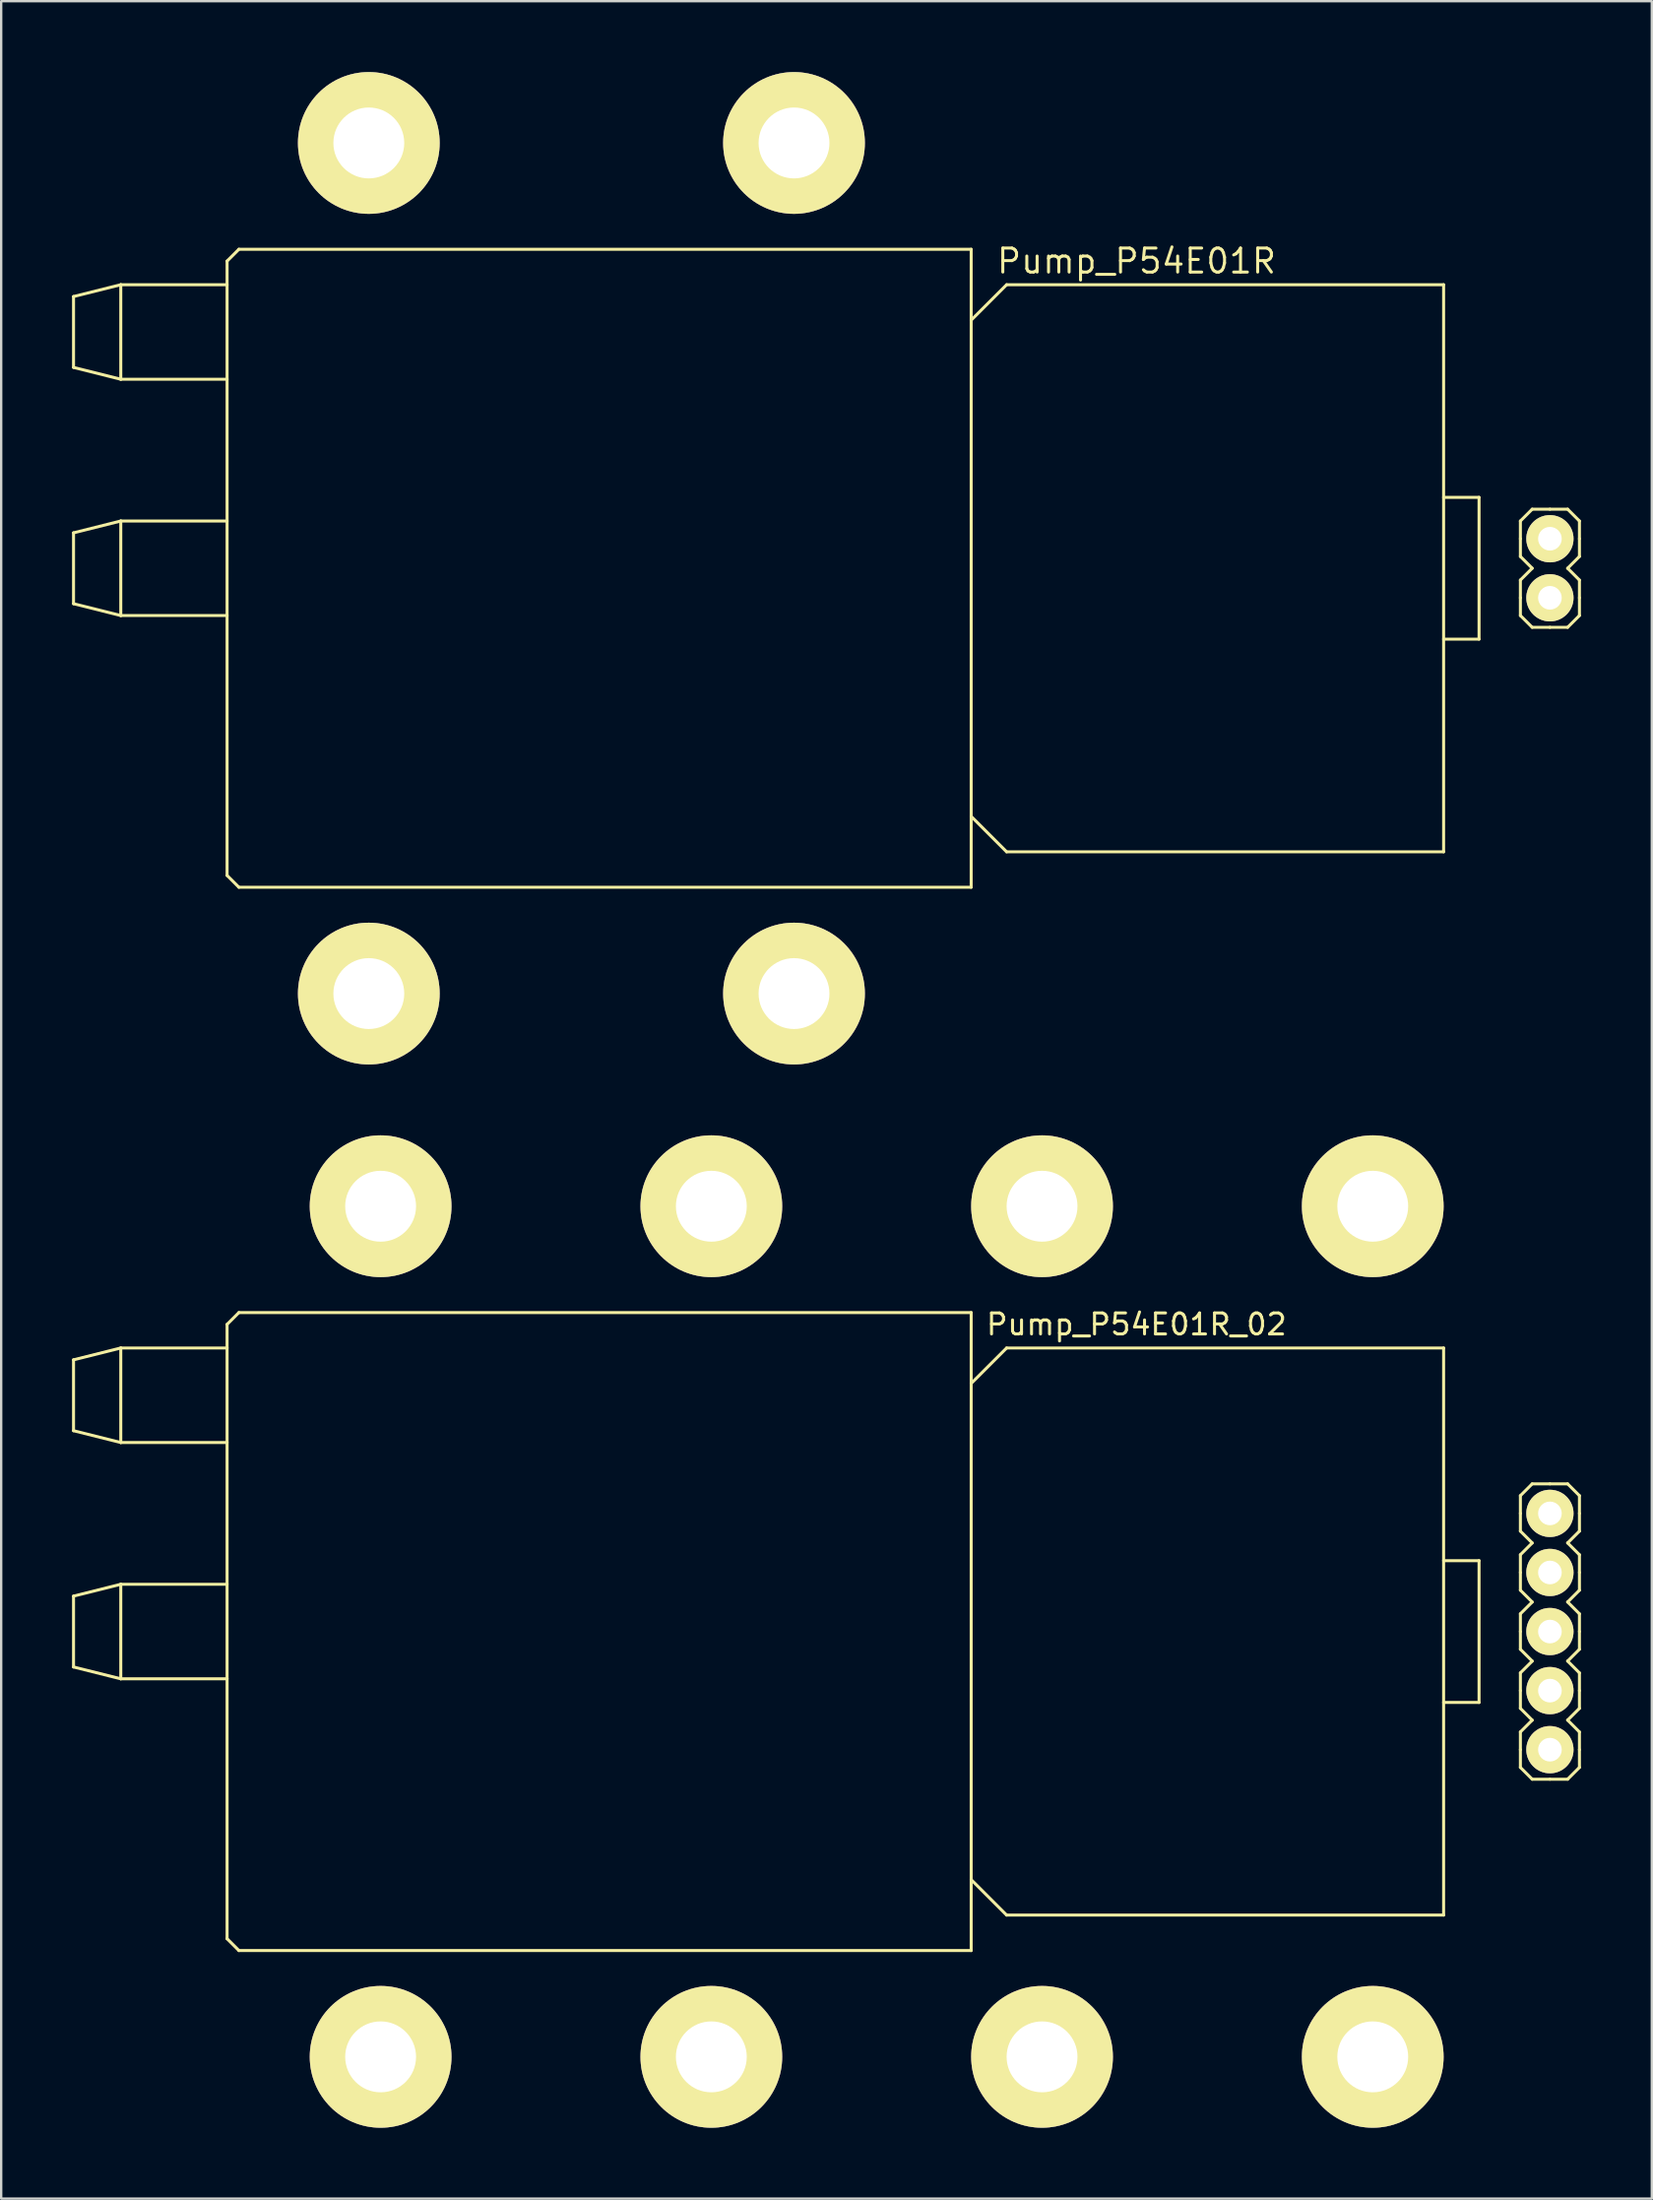
<source format=kicad_pcb>
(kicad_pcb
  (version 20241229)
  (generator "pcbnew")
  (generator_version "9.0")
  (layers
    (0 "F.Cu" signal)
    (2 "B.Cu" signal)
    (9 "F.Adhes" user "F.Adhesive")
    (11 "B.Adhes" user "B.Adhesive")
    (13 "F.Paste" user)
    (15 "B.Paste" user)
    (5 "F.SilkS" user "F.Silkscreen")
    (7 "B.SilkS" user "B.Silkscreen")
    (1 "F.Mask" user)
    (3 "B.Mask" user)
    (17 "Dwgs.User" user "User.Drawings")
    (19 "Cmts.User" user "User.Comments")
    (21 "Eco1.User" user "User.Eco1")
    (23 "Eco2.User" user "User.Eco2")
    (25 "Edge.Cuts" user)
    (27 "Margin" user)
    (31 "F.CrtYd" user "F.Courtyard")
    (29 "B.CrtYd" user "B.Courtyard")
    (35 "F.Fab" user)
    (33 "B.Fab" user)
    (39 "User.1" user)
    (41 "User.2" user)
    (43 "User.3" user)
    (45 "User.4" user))
  (footprint "Pump_P54E01R"
    (layer "F.Cu")
    (at 38.063 21)
    (property "Reference" "Pump_P54E01R" (at 7 -13 0) (layer "F.SilkS") (effects (font (size 1.016 1.016) (thickness 0.127))))
    (attr through_hole)
    (fp_line (start -38 -11.5) (end -38 -8.5) (stroke (width 0.127) (type solid)) (layer "F.SilkS"))
    (fp_line (start -38 -8.5) (end -36 -8) (stroke (width 0.127) (type solid)) (layer "F.SilkS"))
    (fp_line (start -38 -1.5) (end -38 1.5) (stroke (width 0.127) (type solid)) (layer "F.SilkS"))
    (fp_line (start -38 1.5) (end -36 2) (stroke (width 0.127) (type solid)) (layer "F.SilkS"))
    (fp_line (start -36 -12) (end -38 -11.5) (stroke (width 0.127) (type solid)) (layer "F.SilkS"))
    (fp_line (start -36 -12) (end -36 -8) (stroke (width 0.127) (type solid)) (layer "F.SilkS"))
    (fp_line (start -36 -8) (end -31.5 -8) (stroke (width 0.127) (type solid)) (layer "F.SilkS"))
    (fp_line (start -36 -2) (end -38 -1.5) (stroke (width 0.127) (type solid)) (layer "F.SilkS"))
    (fp_line (start -36 -2) (end -36 2) (stroke (width 0.127) (type solid)) (layer "F.SilkS"))
    (fp_line (start -36 2) (end -31.5 2) (stroke (width 0.127) (type solid)) (layer "F.SilkS"))
    (fp_line (start -31.5 -12) (end -36 -12) (stroke (width 0.127) (type solid)) (layer "F.SilkS"))
    (fp_line (start -31.5 -2) (end -36 -2) (stroke (width 0.127) (type solid)) (layer "F.SilkS"))
    (fp_line (start -31.5 13) (end -31.5 -13) (stroke (width 0.127) (type solid)) (layer "F.SilkS"))
    (fp_line (start -31 -13.5) (end -31.5 -13) (stroke (width 0.127) (type solid)) (layer "F.SilkS"))
    (fp_line (start -31 -13.5) (end 0 -13.5) (stroke (width 0.127) (type solid)) (layer "F.SilkS"))
    (fp_line (start -31 13.5) (end -31.5 13) (stroke (width 0.127) (type solid)) (layer "F.SilkS"))
    (fp_line (start -31 13.5) (end 0 13.5) (stroke (width 0.127) (type solid)) (layer "F.SilkS"))
    (fp_line (start 0 -13.5) (end 0 13.5) (stroke (width 0.127) (type solid)) (layer "F.SilkS"))
    (fp_line (start 1.5 -12) (end 0 -10.5) (stroke (width 0.127) (type solid)) (layer "F.SilkS"))
    (fp_line (start 1.5 12) (end 0 10.5) (stroke (width 0.127) (type solid)) (layer "F.SilkS"))
    (fp_line (start 20 -12) (end 1.5 -12) (stroke (width 0.127) (type solid)) (layer "F.SilkS"))
    (fp_line (start 20 -12) (end 20 12) (stroke (width 0.127) (type solid)) (layer "F.SilkS"))
    (fp_line (start 20 -3) (end 21.5 -3) (stroke (width 0.127) (type solid)) (layer "F.SilkS"))
    (fp_line (start 20 12) (end 1.5 12) (stroke (width 0.127) (type solid)) (layer "F.SilkS"))
    (fp_line (start 21.5 -3) (end 21.5 3) (stroke (width 0.127) (type solid)) (layer "F.SilkS"))
    (fp_line (start 21.5 3) (end 20 3) (stroke (width 0.127) (type solid)) (layer "F.SilkS"))
    (fp_line (start 23.25 -2) (end 23.25 -1.25) (stroke (width 0.127) (type solid)) (layer "F.SilkS"))
    (fp_line (start 23.25 -1.25) (end 23.25 -0.5) (stroke (width 0.127) (type solid)) (layer "F.SilkS"))
    (fp_line (start 23.25 -0.5) (end 23.75 0) (stroke (width 0.127) (type solid)) (layer "F.SilkS"))
    (fp_line (start 23.25 0.5) (end 23.25 1.25) (stroke (width 0.127) (type solid)) (layer "F.SilkS"))
    (fp_line (start 23.25 1.25) (end 23.25 2) (stroke (width 0.127) (type solid)) (layer "F.SilkS"))
    (fp_line (start 23.25 2) (end 23.75 2.5) (stroke (width 0.127) (type solid)) (layer "F.SilkS"))
    (fp_line (start 23.75 -2.5) (end 23.25 -2) (stroke (width 0.127) (type solid)) (layer "F.SilkS"))
    (fp_line (start 23.75 0) (end 23.25 0.5) (stroke (width 0.127) (type solid)) (layer "F.SilkS"))
    (fp_line (start 23.75 2.5) (end 24.5 2.5) (stroke (width 0.127) (type solid)) (layer "F.SilkS"))
    (fp_line (start 24.5 -2.5) (end 23.75 -2.5) (stroke (width 0.127) (type solid)) (layer "F.SilkS"))
    (fp_line (start 24.5 2.5) (end 25.25 2.5) (stroke (width 0.127) (type solid)) (layer "F.SilkS"))
    (fp_line (start 25.25 -2.5) (end 24.5 -2.5) (stroke (width 0.127) (type solid)) (layer "F.SilkS"))
    (fp_line (start 25.25 0) (end 25.75 -0.5) (stroke (width 0.127) (type solid)) (layer "F.SilkS"))
    (fp_line (start 25.25 2.5) (end 25.75 2) (stroke (width 0.127) (type solid)) (layer "F.SilkS"))
    (fp_line (start 25.75 -2) (end 25.25 -2.5) (stroke (width 0.127) (type solid)) (layer "F.SilkS"))
    (fp_line (start 25.75 -1.25) (end 25.75 -2) (stroke (width 0.127) (type solid)) (layer "F.SilkS"))
    (fp_line (start 25.75 -0.5) (end 25.75 -1.25) (stroke (width 0.127) (type solid)) (layer "F.SilkS"))
    (fp_line (start 25.75 0.5) (end 25.25 0) (stroke (width 0.127) (type solid)) (layer "F.SilkS"))
    (fp_line (start 25.75 1.25) (end 25.75 0.5) (stroke (width 0.127) (type solid)) (layer "F.SilkS"))
    (fp_line (start 25.75 2) (end 25.75 1.25) (stroke (width 0.127) (type solid)) (layer "F.SilkS"))
    (pad "1" thru_hole circle (at 24.5 -1.25) (size 2 2) (drill 1) (layers "*.Cu" "*.Mask" "F.SilkS"))
    (pad "2" thru_hole circle (at 24.5 1.25) (size 2 2) (drill 1) (layers "*.Cu" "*.Mask" "F.SilkS"))
    (pad "3" thru_hole circle (at -7.5 -18) (size 6 6) (drill 3) (layers "*.Cu" "*.Mask" "F.SilkS"))
    (pad "4" thru_hole circle (at -7.5 18) (size 6 6) (drill 3) (layers "*.Cu" "*.Mask" "F.SilkS"))
    (pad "5" thru_hole circle (at -25.5 18) (size 6 6) (drill 3) (layers "*.Cu" "*.Mask" "F.SilkS"))
    (pad "6" thru_hole circle (at -25.5 -18) (size 6 6) (drill 3) (layers "*.Cu" "*.Mask" "F.SilkS")))
  (footprint "Pump_P54E01R_02"
    (layer "F.Cu")
    (at 38.063 66)
    (property "Reference" "Pump_P54E01R_02" (at 7 -13 0) (layer "F.SilkS") (effects (font (size 0.889 0.889) (thickness 0.127))))
    (attr through_hole)
    (fp_line (start -38 -11.5) (end -38 -8.5) (stroke (width 0.127) (type solid)) (layer "F.SilkS"))
    (fp_line (start -38 -8.5) (end -36 -8) (stroke (width 0.127) (type solid)) (layer "F.SilkS"))
    (fp_line (start -38 -1.5) (end -38 1.5) (stroke (width 0.127) (type solid)) (layer "F.SilkS"))
    (fp_line (start -38 1.5) (end -36 2) (stroke (width 0.127) (type solid)) (layer "F.SilkS"))
    (fp_line (start -36 -12) (end -38 -11.5) (stroke (width 0.127) (type solid)) (layer "F.SilkS"))
    (fp_line (start -36 -12) (end -36 -8) (stroke (width 0.127) (type solid)) (layer "F.SilkS"))
    (fp_line (start -36 -8) (end -31.5 -8) (stroke (width 0.127) (type solid)) (layer "F.SilkS"))
    (fp_line (start -36 -2) (end -38 -1.5) (stroke (width 0.127) (type solid)) (layer "F.SilkS"))
    (fp_line (start -36 -2) (end -36 2) (stroke (width 0.127) (type solid)) (layer "F.SilkS"))
    (fp_line (start -36 2) (end -31.5 2) (stroke (width 0.127) (type solid)) (layer "F.SilkS"))
    (fp_line (start -31.5 -12) (end -36 -12) (stroke (width 0.127) (type solid)) (layer "F.SilkS"))
    (fp_line (start -31.5 -2) (end -36 -2) (stroke (width 0.127) (type solid)) (layer "F.SilkS"))
    (fp_line (start -31.5 13) (end -31.5 -13) (stroke (width 0.127) (type solid)) (layer "F.SilkS"))
    (fp_line (start -31 -13.5) (end -31.5 -13) (stroke (width 0.127) (type solid)) (layer "F.SilkS"))
    (fp_line (start -31 -13.5) (end 0 -13.5) (stroke (width 0.127) (type solid)) (layer "F.SilkS"))
    (fp_line (start -31 13.5) (end -31.5 13) (stroke (width 0.127) (type solid)) (layer "F.SilkS"))
    (fp_line (start -31 13.5) (end 0 13.5) (stroke (width 0.127) (type solid)) (layer "F.SilkS"))
    (fp_line (start 0 -13.5) (end 0 13.5) (stroke (width 0.127) (type solid)) (layer "F.SilkS"))
    (fp_line (start 1.5 -12) (end 0 -10.5) (stroke (width 0.127) (type solid)) (layer "F.SilkS"))
    (fp_line (start 1.5 12) (end 0 10.5) (stroke (width 0.127) (type solid)) (layer "F.SilkS"))
    (fp_line (start 20 -12) (end 1.5 -12) (stroke (width 0.127) (type solid)) (layer "F.SilkS"))
    (fp_line (start 20 -12) (end 20 12) (stroke (width 0.127) (type solid)) (layer "F.SilkS"))
    (fp_line (start 20 -3) (end 21.5 -3) (stroke (width 0.127) (type solid)) (layer "F.SilkS"))
    (fp_line (start 20 12) (end 1.5 12) (stroke (width 0.127) (type solid)) (layer "F.SilkS"))
    (fp_line (start 21.5 -3) (end 21.5 3) (stroke (width 0.127) (type solid)) (layer "F.SilkS"))
    (fp_line (start 21.5 3) (end 20 3) (stroke (width 0.127) (type solid)) (layer "F.SilkS"))
    (fp_line (start 23.25 -5.75) (end 23.25 -5) (stroke (width 0.127) (type solid)) (layer "F.SilkS"))
    (fp_line (start 23.25 -5) (end 23.25 -4.25) (stroke (width 0.127) (type solid)) (layer "F.SilkS"))
    (fp_line (start 23.25 -4.25) (end 23.75 -3.75) (stroke (width 0.127) (type solid)) (layer "F.SilkS"))
    (fp_line (start 23.25 -3.25) (end 23.25 -2.5) (stroke (width 0.127) (type solid)) (layer "F.SilkS"))
    (fp_line (start 23.25 -2.5) (end 23.25 -1.75) (stroke (width 0.127) (type solid)) (layer "F.SilkS"))
    (fp_line (start 23.25 -1.75) (end 23.75 -1.25) (stroke (width 0.127) (type solid)) (layer "F.SilkS"))
    (fp_line (start 23.25 -0.75) (end 23.25 0) (stroke (width 0.127) (type solid)) (layer "F.SilkS"))
    (fp_line (start 23.25 0) (end 23.25 0.75) (stroke (width 0.127) (type solid)) (layer "F.SilkS"))
    (fp_line (start 23.25 0.75) (end 23.75 1.25) (stroke (width 0.127) (type solid)) (layer "F.SilkS"))
    (fp_line (start 23.25 1.75) (end 23.25 2.5) (stroke (width 0.127) (type solid)) (layer "F.SilkS"))
    (fp_line (start 23.25 2.5) (end 23.25 3.25) (stroke (width 0.127) (type solid)) (layer "F.SilkS"))
    (fp_line (start 23.25 3.25) (end 23.75 3.75) (stroke (width 0.127) (type solid)) (layer "F.SilkS"))
    (fp_line (start 23.25 4.25) (end 23.25 5) (stroke (width 0.127) (type solid)) (layer "F.SilkS"))
    (fp_line (start 23.25 5) (end 23.25 5.75) (stroke (width 0.127) (type solid)) (layer "F.SilkS"))
    (fp_line (start 23.25 5.75) (end 23.75 6.25) (stroke (width 0.127) (type solid)) (layer "F.SilkS"))
    (fp_line (start 23.75 -6.25) (end 23.25 -5.75) (stroke (width 0.127) (type solid)) (layer "F.SilkS"))
    (fp_line (start 23.75 -3.75) (end 23.25 -3.25) (stroke (width 0.127) (type solid)) (layer "F.SilkS"))
    (fp_line (start 23.75 -1.25) (end 23.25 -0.75) (stroke (width 0.127) (type solid)) (layer "F.SilkS"))
    (fp_line (start 23.75 1.25) (end 23.25 1.75) (stroke (width 0.127) (type solid)) (layer "F.SilkS"))
    (fp_line (start 23.75 3.75) (end 23.25 4.25) (stroke (width 0.127) (type solid)) (layer "F.SilkS"))
    (fp_line (start 23.75 6.25) (end 24.5 6.25) (stroke (width 0.127) (type solid)) (layer "F.SilkS"))
    (fp_line (start 24.5 -6.25) (end 23.75 -6.25) (stroke (width 0.127) (type solid)) (layer "F.SilkS"))
    (fp_line (start 24.5 6.25) (end 25.25 6.25) (stroke (width 0.127) (type solid)) (layer "F.SilkS"))
    (fp_line (start 25.25 -6.25) (end 24.5 -6.25) (stroke (width 0.127) (type solid)) (layer "F.SilkS"))
    (fp_line (start 25.25 -3.75) (end 25.75 -4.25) (stroke (width 0.127) (type solid)) (layer "F.SilkS"))
    (fp_line (start 25.25 -1.25) (end 25.75 -1.75) (stroke (width 0.127) (type solid)) (layer "F.SilkS"))
    (fp_line (start 25.25 1.25) (end 25.75 0.75) (stroke (width 0.127) (type solid)) (layer "F.SilkS"))
    (fp_line (start 25.25 3.75) (end 25.75 3.25) (stroke (width 0.127) (type solid)) (layer "F.SilkS"))
    (fp_line (start 25.25 6.25) (end 25.75 5.75) (stroke (width 0.127) (type solid)) (layer "F.SilkS"))
    (fp_line (start 25.75 -5.75) (end 25.25 -6.25) (stroke (width 0.127) (type solid)) (layer "F.SilkS"))
    (fp_line (start 25.75 -5) (end 25.75 -5.75) (stroke (width 0.127) (type solid)) (layer "F.SilkS"))
    (fp_line (start 25.75 -4.25) (end 25.75 -5) (stroke (width 0.127) (type solid)) (layer "F.SilkS"))
    (fp_line (start 25.75 -3.25) (end 25.25 -3.75) (stroke (width 0.127) (type solid)) (layer "F.SilkS"))
    (fp_line (start 25.75 -2.5) (end 25.75 -3.25) (stroke (width 0.127) (type solid)) (layer "F.SilkS"))
    (fp_line (start 25.75 -1.75) (end 25.75 -2.5) (stroke (width 0.127) (type solid)) (layer "F.SilkS"))
    (fp_line (start 25.75 -0.75) (end 25.25 -1.25) (stroke (width 0.127) (type solid)) (layer "F.SilkS"))
    (fp_line (start 25.75 0) (end 25.75 -0.75) (stroke (width 0.127) (type solid)) (layer "F.SilkS"))
    (fp_line (start 25.75 0.75) (end 25.75 0) (stroke (width 0.127) (type solid)) (layer "F.SilkS"))
    (fp_line (start 25.75 1.75) (end 25.25 1.25) (stroke (width 0.127) (type solid)) (layer "F.SilkS"))
    (fp_line (start 25.75 2.5) (end 25.75 1.75) (stroke (width 0.127) (type solid)) (layer "F.SilkS"))
    (fp_line (start 25.75 3.25) (end 25.75 2.5) (stroke (width 0.127) (type solid)) (layer "F.SilkS"))
    (fp_line (start 25.75 4.25) (end 25.25 3.75) (stroke (width 0.127) (type solid)) (layer "F.SilkS"))
    (fp_line (start 25.75 5) (end 25.75 4.25) (stroke (width 0.127) (type solid)) (layer "F.SilkS"))
    (fp_line (start 25.75 5.75) (end 25.75 5) (stroke (width 0.127) (type solid)) (layer "F.SilkS"))
    (pad "" thru_hole circle (at -25 -18) (size 6 6) (drill 3) (layers "*.Cu" "*.Mask" "F.SilkS"))
    (pad "" thru_hole circle (at -25 18) (size 6 6) (drill 3) (layers "*.Cu" "*.Mask" "F.SilkS"))
    (pad "" thru_hole circle (at -11 -18) (size 6 6) (drill 3) (layers "*.Cu" "*.Mask" "F.SilkS"))
    (pad "" thru_hole circle (at -11 18) (size 6 6) (drill 3) (layers "*.Cu" "*.Mask" "F.SilkS"))
    (pad "" thru_hole circle (at 3 -18) (size 6 6) (drill 3) (layers "*.Cu" "*.Mask" "F.SilkS"))
    (pad "" thru_hole circle (at 3 18) (size 6 6) (drill 3) (layers "*.Cu" "*.Mask" "F.SilkS"))
    (pad "" thru_hole circle (at 17 -18) (size 6 6) (drill 3) (layers "*.Cu" "*.Mask" "F.SilkS"))
    (pad "" thru_hole circle (at 17 18) (size 6 6) (drill 3) (layers "*.Cu" "*.Mask" "F.SilkS"))
    (pad "1" thru_hole circle (at 24.5 -5) (size 2 2) (drill 1) (layers "*.Cu" "*.Mask" "F.SilkS"))
    (pad "2" thru_hole circle (at 24.5 -2.5) (size 2 2) (drill 1) (layers "*.Cu" "*.Mask" "F.SilkS"))
    (pad "3" thru_hole circle (at 24.5 0) (size 2 2) (drill 1) (layers "*.Cu" "*.Mask" "F.SilkS"))
    (pad "4" thru_hole circle (at 24.5 2.5) (size 2 2) (drill 1) (layers "*.Cu" "*.Mask" "F.SilkS"))
    (pad "5" thru_hole circle (at 24.5 5) (size 2 2) (drill 1) (layers "*.Cu" "*.Mask" "F.SilkS")))
  (gr_rect
    (start -3 -3)
    (end 66.877 90)
    (stroke (width 0.1) (type default))
    (fill no)
    (layer "Edge.Cuts")))
</source>
